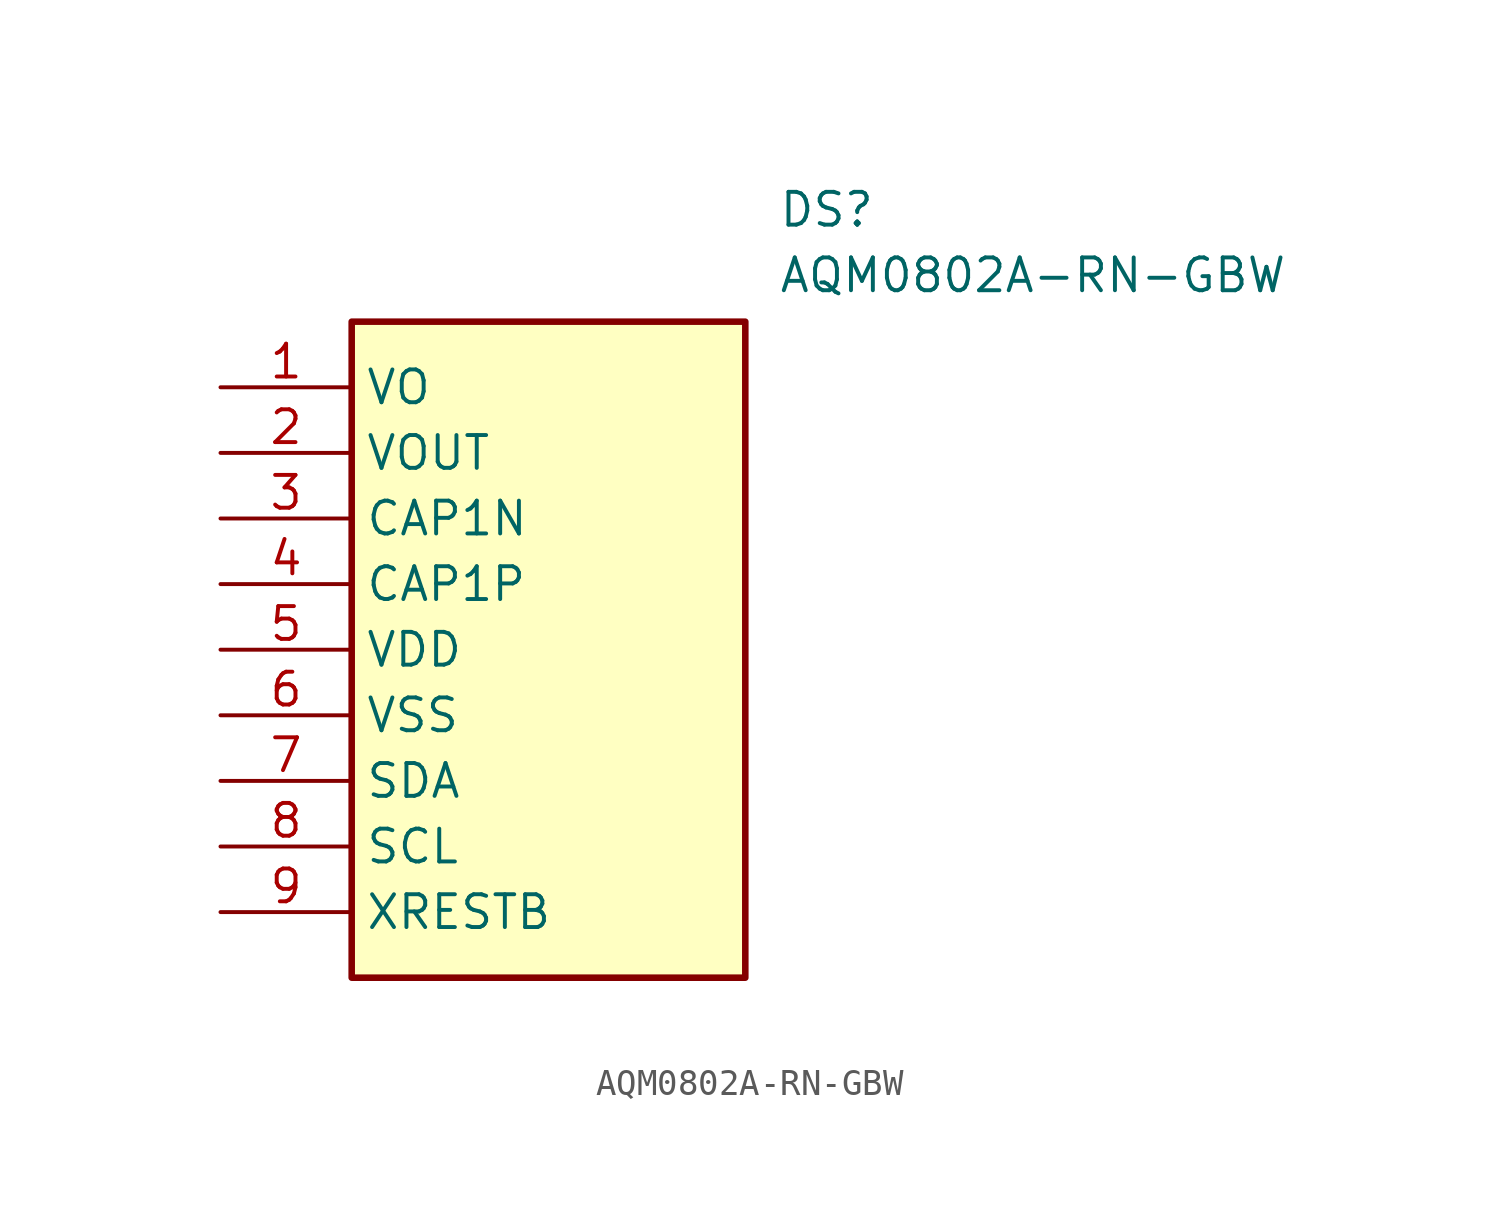
<source format=kicad_sym>
(kicad_symbol_lib
  (version 20211014)
  (generator SamacSys_ECAD_Model)
  (symbol "AQM0802A-RN-GBW"
    (property "Reference" "DS"
      (at 21.59 7.62 0)
      (effects (font (size 1.27 1.27)) (justify left top)))
    (property "Value" "AQM0802A-RN-GBW"
      (at 21.59 5.08 0)
      (effects (font (size 1.27 1.27)) (justify left top)))
    (rectangle
      (start 5.08 2.54)
      (end 20.32 -22.86)
      (stroke (width 0.254) (type default))
      (fill (type background)))
    (pin passive line
      (at 0 0 0)
      (length 5.08)
      (name "VO" (effects (font (size 1.27 1.27))))
      (number "1" (effects (font (size 1.27 1.27)))))
    (pin passive line
      (at 0 -2.54 0)
      (length 5.08)
      (name "VOUT" (effects (font (size 1.27 1.27))))
      (number "2" (effects (font (size 1.27 1.27)))))
    (pin passive line
      (at 0 -5.08 0)
      (length 5.08)
      (name "CAP1N" (effects (font (size 1.27 1.27))))
      (number "3" (effects (font (size 1.27 1.27)))))
    (pin passive line
      (at 0 -7.62 0)
      (length 5.08)
      (name "CAP1P" (effects (font (size 1.27 1.27))))
      (number "4" (effects (font (size 1.27 1.27)))))
    (pin passive line
      (at 0 -10.16 0)
      (length 5.08)
      (name "VDD" (effects (font (size 1.27 1.27))))
      (number "5" (effects (font (size 1.27 1.27)))))
    (pin passive line
      (at 0 -12.7 0)
      (length 5.08)
      (name "VSS" (effects (font (size 1.27 1.27))))
      (number "6" (effects (font (size 1.27 1.27)))))
    (pin passive line
      (at 0 -15.24 0)
      (length 5.08)
      (name "SDA" (effects (font (size 1.27 1.27))))
      (number "7" (effects (font (size 1.27 1.27)))))
    (pin passive line
      (at 0 -17.78 0)
      (length 5.08)
      (name "SCL" (effects (font (size 1.27 1.27))))
      (number "8" (effects (font (size 1.27 1.27)))))
    (pin passive line
      (at 0 -20.32 0)
      (length 5.08)
      (name "XRESTB" (effects (font (size 1.27 1.27))))
      (number "9" (effects (font (size 1.27 1.27)))))))
</source>
